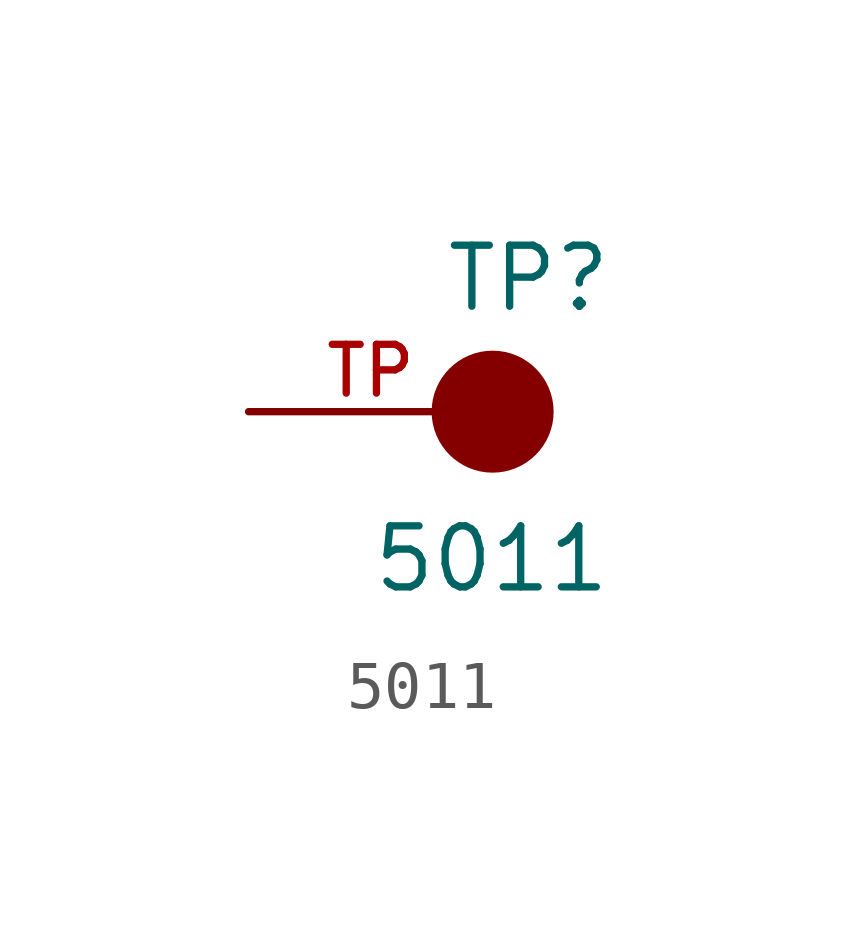
<source format=kicad_sym>
(kicad_symbol_lib
  (version 20241209)
  (generator "kicad_symbol_editor")
  (generator_version "9.0")
  (symbol "5011"
    (pin_names
      (offset 1.016))
    (property "Reference" "TP"
      (at -1.016 2.032 0)
      (effects (font (size 1.27 1.27)) (justify left bottom)))
    (property "Value" "5011"
      (at -2.54 -3.81 0)
      (effects (font (size 1.27 1.27)) (justify left bottom)))
    (symbol "5011_0_0"
      (circle (center 0 0) (radius 0.635) (stroke (width 1.27) (type default)) (fill (type none)))
      (pin passive line (at -5.08 0 0) (length 5.08) (name "~" (effects (font (size 1.016 1.016)))) (number "TP" (effects (font (size 1.016 1.016))))))))
</source>
